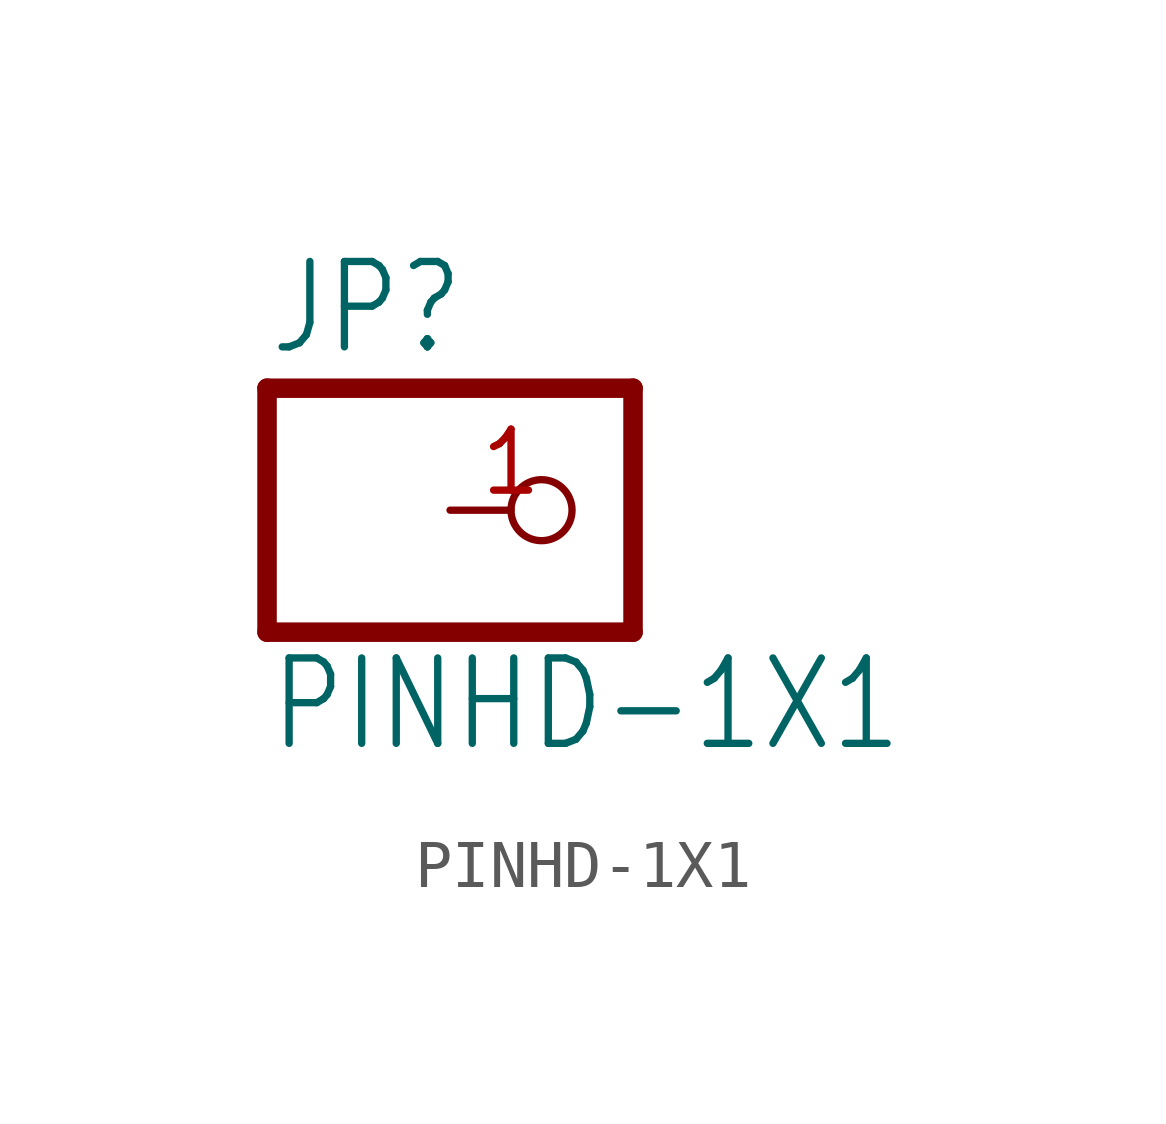
<source format=kicad_sym>
(kicad_symbol_lib
  (version 20220914)
  (generator kicad_symbol_editor)
  (symbol "PINHD-1X1"
    (property "Reference" "JP"
      (at -6.35 3.175 0)
      (effects (font (size 1.778 1.511)) (justify left bottom)))
    (property "Value" "PINHD-1X1"
      (at -6.35 -5.08 0)
      (effects (font (size 1.778 1.511)) (justify left bottom)))
    (property "ki_locked" ""
      (at 0 0 0)
      (effects (font (size 1.27 1.27))))
    (symbol "PINHD-1X1_1_0"
      (polyline (pts (xy -6.35 -2.54) (xy 1.27 -2.54)) (stroke (width 0.406) (type default)) (fill (type none)))
      (polyline (pts (xy -6.35 2.54) (xy -6.35 -2.54)) (stroke (width 0.406) (type default)) (fill (type none)))
      (polyline (pts (xy 1.27 -2.54) (xy 1.27 2.54)) (stroke (width 0.406) (type default)) (fill (type none)))
      (polyline (pts (xy 1.27 2.54) (xy -6.35 2.54)) (stroke (width 0.406) (type default)) (fill (type none)))
      (pin passive inverted (at -2.54 0 0) (length 2.54) (name "1" (effects (font (size 0 0)))) (number "1" (effects (font (size 1.27 1.27))))))))
</source>
